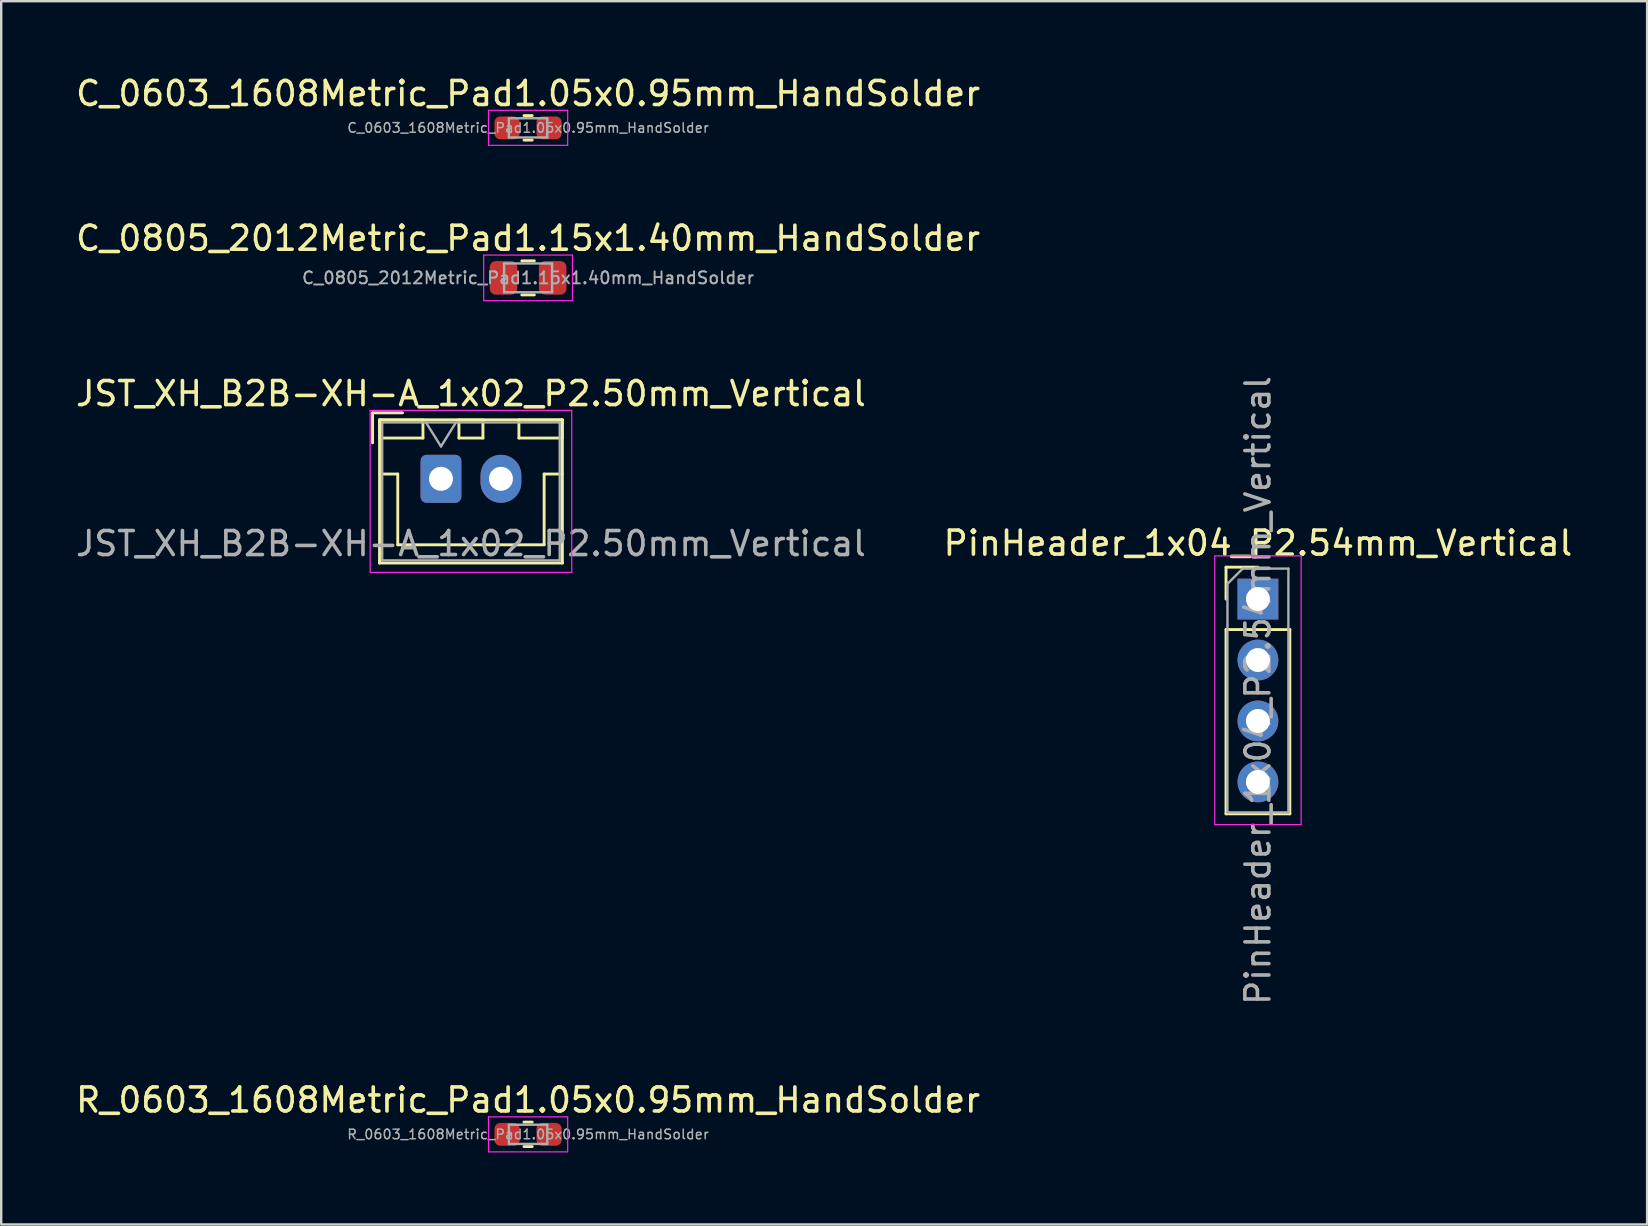
<source format=kicad_pcb>
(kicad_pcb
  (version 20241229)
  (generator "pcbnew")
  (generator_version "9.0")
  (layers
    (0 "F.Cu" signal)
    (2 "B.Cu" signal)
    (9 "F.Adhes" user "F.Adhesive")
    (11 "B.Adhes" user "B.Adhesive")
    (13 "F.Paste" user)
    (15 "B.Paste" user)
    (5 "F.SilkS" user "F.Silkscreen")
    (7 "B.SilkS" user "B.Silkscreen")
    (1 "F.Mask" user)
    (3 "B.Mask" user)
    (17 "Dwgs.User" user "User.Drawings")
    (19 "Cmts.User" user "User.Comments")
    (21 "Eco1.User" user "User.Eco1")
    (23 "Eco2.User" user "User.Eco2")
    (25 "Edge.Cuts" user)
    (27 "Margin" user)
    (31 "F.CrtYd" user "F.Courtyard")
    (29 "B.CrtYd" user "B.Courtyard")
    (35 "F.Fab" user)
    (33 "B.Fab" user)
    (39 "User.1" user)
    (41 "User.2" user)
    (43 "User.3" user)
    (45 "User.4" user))
  (footprint "PinHeader_1x04_P2.54mm_Vertical"
    (layer "F.Cu")
    (at 49.375 21.917)
    (property "Reference" "PinHeader_1x04_P2.54mm_Vertical" (at 0 -2.33 0) (layer "F.SilkS") (effects (font (size 1 1) (thickness 0.15))))
    (attr through_hole)
    (fp_line (start -1.33 -1.33) (end 0 -1.33) (stroke (width 0.12) (type solid)) (layer "F.SilkS"))
    (fp_line (start -1.33 0) (end -1.33 -1.33) (stroke (width 0.12) (type solid)) (layer "F.SilkS"))
    (fp_line (start -1.33 1.27) (end -1.33 8.95) (stroke (width 0.12) (type solid)) (layer "F.SilkS"))
    (fp_line (start -1.33 1.27) (end 1.33 1.27) (stroke (width 0.12) (type solid)) (layer "F.SilkS"))
    (fp_line (start -1.33 8.95) (end 1.33 8.95) (stroke (width 0.12) (type solid)) (layer "F.SilkS"))
    (fp_line (start 1.33 1.27) (end 1.33 8.95) (stroke (width 0.12) (type solid)) (layer "F.SilkS"))
    (fp_line (start -1.8 -1.8) (end -1.8 9.4) (stroke (width 0.05) (type solid)) (layer "F.CrtYd"))
    (fp_line (start -1.8 9.4) (end 1.8 9.4) (stroke (width 0.05) (type solid)) (layer "F.CrtYd"))
    (fp_line (start 1.8 -1.8) (end -1.8 -1.8) (stroke (width 0.05) (type solid)) (layer "F.CrtYd"))
    (fp_line (start 1.8 9.4) (end 1.8 -1.8) (stroke (width 0.05) (type solid)) (layer "F.CrtYd"))
    (fp_line (start -1.27 -0.635) (end -0.635 -1.27) (stroke (width 0.1) (type solid)) (layer "F.Fab"))
    (fp_line (start -1.27 8.89) (end -1.27 -0.635) (stroke (width 0.1) (type solid)) (layer "F.Fab"))
    (fp_line (start -0.635 -1.27) (end 1.27 -1.27) (stroke (width 0.1) (type solid)) (layer "F.Fab"))
    (fp_line (start 1.27 -1.27) (end 1.27 8.89) (stroke (width 0.1) (type solid)) (layer "F.Fab"))
    (fp_line (start 1.27 8.89) (end -1.27 8.89) (stroke (width 0.1) (type solid)) (layer "F.Fab"))
    (fp_text user "${REFERENCE}" (at 0 3.81 90) (layer "F.Fab") (effects (font (size 1 1) (thickness 0.15))))
    (pad "1" thru_hole rect (at 0 0) (size 1.7 1.7) (drill 1) (layers "*.Cu" "*.Mask"))
    (pad "2" thru_hole oval (at 0 2.54) (size 1.7 1.7) (drill 1) (layers "*.Cu" "*.Mask"))
    (pad "3" thru_hole oval (at 0 5.08) (size 1.7 1.7) (drill 1) (layers "*.Cu" "*.Mask"))
    (pad "4" thru_hole oval (at 0 7.62) (size 1.7 1.7) (drill 1) (layers "*.Cu" "*.Mask")))
  (footprint "R_0603_1608Metric_Pad1.05x0.95mm_HandSolder"
    (layer "F.Cu")
    (at 18.958 44.225)
    (property "Reference" "R_0603_1608Metric_Pad1.05x0.95mm_HandSolder" (at 0 -1.43 180) (layer "F.SilkS") (effects (font (size 1 1) (thickness 0.15))))
    (attr smd)
    (fp_line (start -0.171 -0.51) (end 0.171 -0.51) (stroke (width 0.12) (type solid)) (layer "F.SilkS"))
    (fp_line (start -0.171 0.51) (end 0.171 0.51) (stroke (width 0.12) (type solid)) (layer "F.SilkS"))
    (fp_line (start -1.65 -0.73) (end 1.65 -0.73) (stroke (width 0.05) (type solid)) (layer "F.CrtYd"))
    (fp_line (start -1.65 0.73) (end -1.65 -0.73) (stroke (width 0.05) (type solid)) (layer "F.CrtYd"))
    (fp_line (start 1.65 -0.73) (end 1.65 0.73) (stroke (width 0.05) (type solid)) (layer "F.CrtYd"))
    (fp_line (start 1.65 0.73) (end -1.65 0.73) (stroke (width 0.05) (type solid)) (layer "F.CrtYd"))
    (fp_line (start -0.8 -0.4) (end 0.8 -0.4) (stroke (width 0.1) (type solid)) (layer "F.Fab"))
    (fp_line (start -0.8 0.4) (end -0.8 -0.4) (stroke (width 0.1) (type solid)) (layer "F.Fab"))
    (fp_line (start 0.8 -0.4) (end 0.8 0.4) (stroke (width 0.1) (type solid)) (layer "F.Fab"))
    (fp_line (start 0.8 0.4) (end -0.8 0.4) (stroke (width 0.1) (type solid)) (layer "F.Fab"))
    (fp_text user "${REFERENCE}" (at 0 0 180) (layer "F.Fab") (effects (font (size 0.4 0.4) (thickness 0.06))))
    (pad "1" smd roundrect (at -0.875 0) (size 1.05 0.95) (layers "F.Cu" "F.Mask" "F.Paste") (roundrect_rratio 0.25))
    (pad "2" smd roundrect (at 0.875 0) (size 1.05 0.95) (layers "F.Cu" "F.Mask" "F.Paste") (roundrect_rratio 0.25)))
  (footprint "C_0805_2012Metric_Pad1.15x1.40mm_HandSolder"
    (layer "F.Cu")
    (at 18.958 8.531)
    (property "Reference" "C_0805_2012Metric_Pad1.15x1.40mm_HandSolder" (at 0 -1.65 180) (layer "F.SilkS") (effects (font (size 1 1) (thickness 0.15))))
    (attr smd)
    (fp_line (start -0.261 -0.71) (end 0.261 -0.71) (stroke (width 0.12) (type solid)) (layer "F.SilkS"))
    (fp_line (start -0.261 0.71) (end 0.261 0.71) (stroke (width 0.12) (type solid)) (layer "F.SilkS"))
    (fp_line (start -1.85 -0.95) (end 1.85 -0.95) (stroke (width 0.05) (type solid)) (layer "F.CrtYd"))
    (fp_line (start -1.85 0.95) (end -1.85 -0.95) (stroke (width 0.05) (type solid)) (layer "F.CrtYd"))
    (fp_line (start 1.85 -0.95) (end 1.85 0.95) (stroke (width 0.05) (type solid)) (layer "F.CrtYd"))
    (fp_line (start 1.85 0.95) (end -1.85 0.95) (stroke (width 0.05) (type solid)) (layer "F.CrtYd"))
    (fp_line (start -1 -0.6) (end 1 -0.6) (stroke (width 0.1) (type solid)) (layer "F.Fab"))
    (fp_line (start -1 0.6) (end -1 -0.6) (stroke (width 0.1) (type solid)) (layer "F.Fab"))
    (fp_line (start 1 -0.6) (end 1 0.6) (stroke (width 0.1) (type solid)) (layer "F.Fab"))
    (fp_line (start 1 0.6) (end -1 0.6) (stroke (width 0.1) (type solid)) (layer "F.Fab"))
    (fp_text user "${REFERENCE}" (at 0 0 180) (layer "F.Fab") (effects (font (size 0.5 0.5) (thickness 0.08))))
    (pad "1" smd roundrect (at -1.025 0) (size 1.15 1.4) (layers "F.Cu" "F.Mask" "F.Paste") (roundrect_rratio 0.217))
    (pad "2" smd roundrect (at 1.025 0) (size 1.15 1.4) (layers "F.Cu" "F.Mask" "F.Paste") (roundrect_rratio 0.217)))
  (footprint "C_0603_1608Metric_Pad1.05x0.95mm_HandSolder"
    (layer "F.Cu")
    (at 18.958 2.278)
    (property "Reference" "C_0603_1608Metric_Pad1.05x0.95mm_HandSolder" (at 0 -1.43 180) (layer "F.SilkS") (effects (font (size 1 1) (thickness 0.15))))
    (attr smd)
    (fp_line (start -0.171 -0.51) (end 0.171 -0.51) (stroke (width 0.12) (type solid)) (layer "F.SilkS"))
    (fp_line (start -0.171 0.51) (end 0.171 0.51) (stroke (width 0.12) (type solid)) (layer "F.SilkS"))
    (fp_line (start -1.65 -0.73) (end 1.65 -0.73) (stroke (width 0.05) (type solid)) (layer "F.CrtYd"))
    (fp_line (start -1.65 0.73) (end -1.65 -0.73) (stroke (width 0.05) (type solid)) (layer "F.CrtYd"))
    (fp_line (start 1.65 -0.73) (end 1.65 0.73) (stroke (width 0.05) (type solid)) (layer "F.CrtYd"))
    (fp_line (start 1.65 0.73) (end -1.65 0.73) (stroke (width 0.05) (type solid)) (layer "F.CrtYd"))
    (fp_line (start -0.8 -0.4) (end 0.8 -0.4) (stroke (width 0.1) (type solid)) (layer "F.Fab"))
    (fp_line (start -0.8 0.4) (end -0.8 -0.4) (stroke (width 0.1) (type solid)) (layer "F.Fab"))
    (fp_line (start 0.8 -0.4) (end 0.8 0.4) (stroke (width 0.1) (type solid)) (layer "F.Fab"))
    (fp_line (start 0.8 0.4) (end -0.8 0.4) (stroke (width 0.1) (type solid)) (layer "F.Fab"))
    (fp_text user "${REFERENCE}" (at 0 0 180) (layer "F.Fab") (effects (font (size 0.4 0.4) (thickness 0.06))))
    (pad "1" smd roundrect (at -0.875 0) (size 1.05 0.95) (layers "F.Cu" "F.Mask" "F.Paste") (roundrect_rratio 0.25))
    (pad "2" smd roundrect (at 0.875 0) (size 1.05 0.95) (layers "F.Cu" "F.Mask" "F.Paste") (roundrect_rratio 0.25)))
  (footprint "JST_XH_B2B-XH-A_1x02_P2.50mm_Vertical"
    (layer "F.Cu")
    (at 15.327 16.905)
    (property "Reference" "JST_XH_B2B-XH-A_1x02_P2.50mm_Vertical" (at 1.25 -3.55 0) (layer "F.SilkS") (effects (font (size 1 1) (thickness 0.15))))
    (attr through_hole)
    (fp_line (start -2.85 -2.75) (end -2.85 -1.5) (stroke (width 0.12) (type solid)) (layer "F.SilkS"))
    (fp_line (start -2.56 -2.46) (end -2.56 3.51) (stroke (width 0.12) (type solid)) (layer "F.SilkS"))
    (fp_line (start -2.56 3.51) (end 5.06 3.51) (stroke (width 0.12) (type solid)) (layer "F.SilkS"))
    (fp_line (start -2.55 -2.45) (end -2.55 -1.7) (stroke (width 0.12) (type solid)) (layer "F.SilkS"))
    (fp_line (start -2.55 -1.7) (end -0.75 -1.7) (stroke (width 0.12) (type solid)) (layer "F.SilkS"))
    (fp_line (start -2.55 -0.2) (end -1.8 -0.2) (stroke (width 0.12) (type solid)) (layer "F.SilkS"))
    (fp_line (start -1.8 -0.2) (end -1.8 2.75) (stroke (width 0.12) (type solid)) (layer "F.SilkS"))
    (fp_line (start -1.8 2.75) (end 1.25 2.75) (stroke (width 0.12) (type solid)) (layer "F.SilkS"))
    (fp_line (start -1.6 -2.75) (end -2.85 -2.75) (stroke (width 0.12) (type solid)) (layer "F.SilkS"))
    (fp_line (start -0.75 -2.45) (end -2.55 -2.45) (stroke (width 0.12) (type solid)) (layer "F.SilkS"))
    (fp_line (start -0.75 -1.7) (end -0.75 -2.45) (stroke (width 0.12) (type solid)) (layer "F.SilkS"))
    (fp_line (start 0.75 -2.45) (end 0.75 -1.7) (stroke (width 0.12) (type solid)) (layer "F.SilkS"))
    (fp_line (start 0.75 -1.7) (end 1.75 -1.7) (stroke (width 0.12) (type solid)) (layer "F.SilkS"))
    (fp_line (start 1.75 -2.45) (end 0.75 -2.45) (stroke (width 0.12) (type solid)) (layer "F.SilkS"))
    (fp_line (start 1.75 -1.7) (end 1.75 -2.45) (stroke (width 0.12) (type solid)) (layer "F.SilkS"))
    (fp_line (start 3.25 -2.45) (end 3.25 -1.7) (stroke (width 0.12) (type solid)) (layer "F.SilkS"))
    (fp_line (start 3.25 -1.7) (end 5.05 -1.7) (stroke (width 0.12) (type solid)) (layer "F.SilkS"))
    (fp_line (start 4.3 -0.2) (end 4.3 2.75) (stroke (width 0.12) (type solid)) (layer "F.SilkS"))
    (fp_line (start 4.3 2.75) (end 1.25 2.75) (stroke (width 0.12) (type solid)) (layer "F.SilkS"))
    (fp_line (start 5.05 -2.45) (end 3.25 -2.45) (stroke (width 0.12) (type solid)) (layer "F.SilkS"))
    (fp_line (start 5.05 -1.7) (end 5.05 -2.45) (stroke (width 0.12) (type solid)) (layer "F.SilkS"))
    (fp_line (start 5.05 -0.2) (end 4.3 -0.2) (stroke (width 0.12) (type solid)) (layer "F.SilkS"))
    (fp_line (start 5.06 -2.46) (end -2.56 -2.46) (stroke (width 0.12) (type solid)) (layer "F.SilkS"))
    (fp_line (start 5.06 3.51) (end 5.06 -2.46) (stroke (width 0.12) (type solid)) (layer "F.SilkS"))
    (fp_line (start -2.95 -2.85) (end -2.95 3.9) (stroke (width 0.05) (type solid)) (layer "F.CrtYd"))
    (fp_line (start -2.95 3.9) (end 5.45 3.9) (stroke (width 0.05) (type solid)) (layer "F.CrtYd"))
    (fp_line (start 5.45 -2.85) (end -2.95 -2.85) (stroke (width 0.05) (type solid)) (layer "F.CrtYd"))
    (fp_line (start 5.45 3.9) (end 5.45 -2.85) (stroke (width 0.05) (type solid)) (layer "F.CrtYd"))
    (fp_line (start -2.45 -2.35) (end -2.45 3.4) (stroke (width 0.1) (type solid)) (layer "F.Fab"))
    (fp_line (start -2.45 3.4) (end 4.95 3.4) (stroke (width 0.1) (type solid)) (layer "F.Fab"))
    (fp_line (start -0.625 -2.35) (end 0 -1.35) (stroke (width 0.1) (type solid)) (layer "F.Fab"))
    (fp_line (start 0 -1.35) (end 0.625 -2.35) (stroke (width 0.1) (type solid)) (layer "F.Fab"))
    (fp_line (start 4.95 -2.35) (end -2.45 -2.35) (stroke (width 0.1) (type solid)) (layer "F.Fab"))
    (fp_line (start 4.95 3.4) (end 4.95 -2.35) (stroke (width 0.1) (type solid)) (layer "F.Fab"))
    (fp_text user "${REFERENCE}" (at 1.25 2.7 0) (layer "F.Fab") (effects (font (size 1 1) (thickness 0.15))))
    (pad "1" thru_hole roundrect (at 0 0) (size 1.7 2) (drill 1) (layers "*.Cu" "*.Mask") (roundrect_rratio 0.147))
    (pad "2" thru_hole oval (at 2.5 0) (size 1.7 2) (drill 1) (layers "*.Cu" "*.Mask")))
  (gr_rect
    (start -3 -3)
    (end 65.595 47.98)
    (stroke (width 0.1) (type default))
    (fill no)
    (layer "Edge.Cuts")))
</source>
